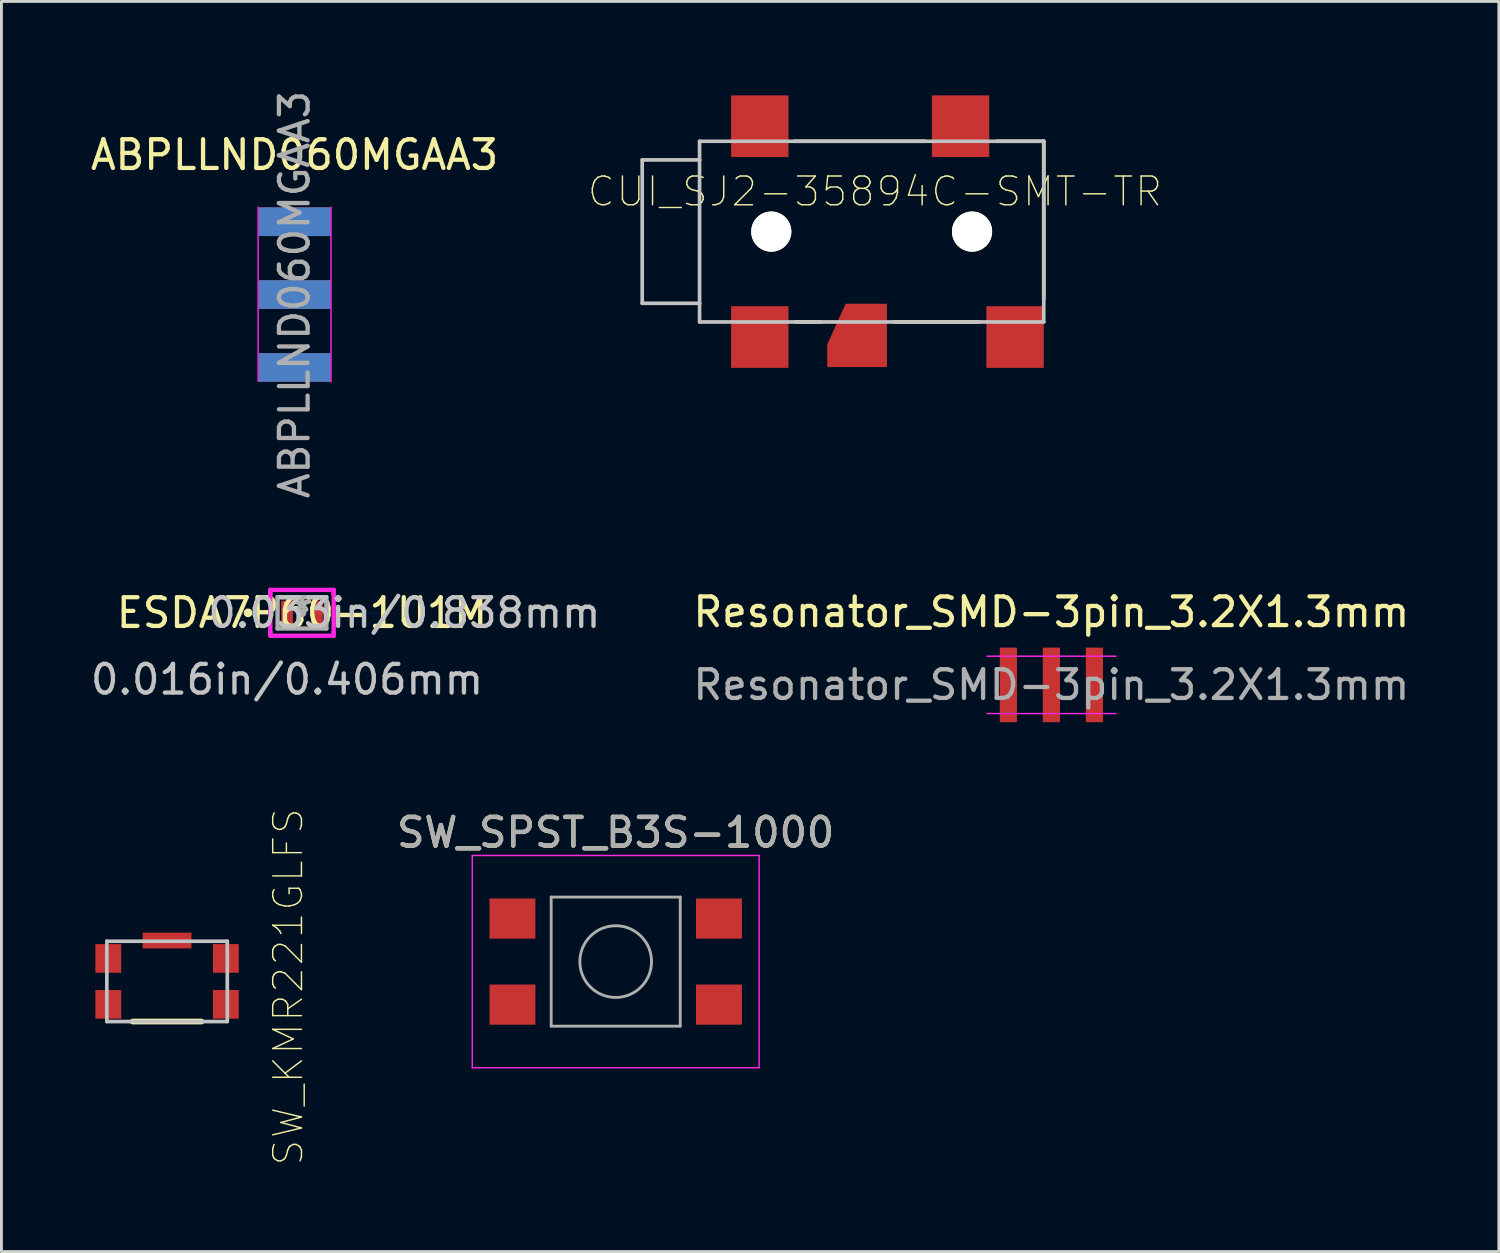
<source format=kicad_pcb>
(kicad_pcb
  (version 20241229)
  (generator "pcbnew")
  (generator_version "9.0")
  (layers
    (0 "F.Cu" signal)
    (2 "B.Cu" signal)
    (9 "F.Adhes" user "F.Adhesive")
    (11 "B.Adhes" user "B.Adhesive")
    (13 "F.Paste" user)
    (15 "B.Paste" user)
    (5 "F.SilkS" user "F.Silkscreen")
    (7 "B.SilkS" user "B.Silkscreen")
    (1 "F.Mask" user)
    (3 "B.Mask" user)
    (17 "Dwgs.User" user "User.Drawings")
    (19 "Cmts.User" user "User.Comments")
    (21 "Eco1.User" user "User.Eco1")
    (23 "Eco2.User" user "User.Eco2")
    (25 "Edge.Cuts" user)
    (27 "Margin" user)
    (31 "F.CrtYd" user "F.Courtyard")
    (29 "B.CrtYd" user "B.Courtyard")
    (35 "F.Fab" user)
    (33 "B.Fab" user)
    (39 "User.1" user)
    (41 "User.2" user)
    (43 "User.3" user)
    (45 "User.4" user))
  (footprint "SW_SPST_B3S-1000"
    (layer "F.Cu")
    (at 18.417 30.477)
    (property "Reference" "SW_SPST_B3S-1000" (at 0 -4.5 0) (layer "F.SilkS") (effects (font (size 1 1) (thickness 0.15))))
    (attr smd)
    (fp_line (start -5 -3.7) (end -5 3.7) (stroke (width 0.05) (type solid)) (layer "F.CrtYd"))
    (fp_line (start -5 3.7) (end 5 3.7) (stroke (width 0.05) (type solid)) (layer "F.CrtYd"))
    (fp_line (start 5 -3.7) (end -5 -3.7) (stroke (width 0.05) (type solid)) (layer "F.CrtYd"))
    (fp_line (start 5 3.7) (end 5 -3.7) (stroke (width 0.05) (type solid)) (layer "F.CrtYd"))
    (fp_line (start -2.25 -2.25) (end 2.25 -2.25) (stroke (width 0.1) (type solid)) (layer "F.Fab"))
    (fp_line (start -2.25 2.25) (end -2.25 -2.25) (stroke (width 0.1) (type solid)) (layer "F.Fab"))
    (fp_line (start 2.25 -2.25) (end 2.25 2.25) (stroke (width 0.1) (type solid)) (layer "F.Fab"))
    (fp_line (start 2.25 2.25) (end -2.25 2.25) (stroke (width 0.1) (type solid)) (layer "F.Fab"))
    (fp_circle (center 0 0) (end 1.25 0) (stroke (width 0.1) (type solid)) (fill no) (layer "F.Fab"))
    (fp_text user "${REFERENCE}" (at 0 -4.5 0) (layer "F.Fab") (effects (font (size 1 1) (thickness 0.15))))
    (pad "1" smd rect (at -3.6 -1.5) (size 1.6 1.4) (layers "F.Cu" "F.Mask" "F.Paste"))
    (pad "1" smd rect (at 3.6 -1.5) (size 1.6 1.4) (layers "F.Cu" "F.Mask" "F.Paste"))
    (pad "2" smd rect (at -3.6 1.5) (size 1.6 1.4) (layers "F.Cu" "F.Mask" "F.Paste"))
    (pad "2" smd rect (at 3.6 1.5) (size 1.6 1.4) (layers "F.Cu" "F.Mask" "F.Paste")))
  (footprint "CUI_SJ2-35894C-SMT-TR"
    (layer "F.Cu")
    (at 27.341 5.025)
    (property "Reference" "CUI_SJ2-35894C-SMT-TR" (at 0.114 -1.397 0) (layer "F.SilkS") (effects (font (size 1.002 1.002) (thickness 0.05))))
    (attr smd)
    (fp_line (start -2.7 -3.15) (end 1.85 -3.15) (stroke (width 0.127) (type solid)) (layer "F.SilkS"))
    (fp_line (start -2.65 3.15) (end -1.75 3.15) (stroke (width 0.127) (type solid)) (layer "F.SilkS"))
    (fp_line (start 3.75 3.15) (end 0.8 3.15) (stroke (width 0.127) (type solid)) (layer "F.SilkS"))
    (fp_line (start 4.35 -3.15) (end 6 -3.15) (stroke (width 0.127) (type solid)) (layer "F.SilkS"))
    (fp_line (start 6 -3.15) (end 6 2.35) (stroke (width 0.127) (type solid)) (layer "F.SilkS"))
    (fp_line (start -8 -2.5) (end -8 2.5) (stroke (width 0.127) (type solid)) (layer "Dwgs.User"))
    (fp_line (start -8 2.5) (end -6 2.5) (stroke (width 0.127) (type solid)) (layer "Dwgs.User"))
    (fp_line (start -6 -3.15) (end 6 -3.15) (stroke (width 0.127) (type solid)) (layer "Dwgs.User"))
    (fp_line (start -6 -2.5) (end -8 -2.5) (stroke (width 0.127) (type solid)) (layer "Dwgs.User"))
    (fp_line (start -6 -2.5) (end -6 -3.15) (stroke (width 0.127) (type solid)) (layer "Dwgs.User"))
    (fp_line (start -6 2.5) (end -6 -2.5) (stroke (width 0.127) (type solid)) (layer "Dwgs.User"))
    (fp_line (start -6 3.15) (end -6 2.5) (stroke (width 0.127) (type solid)) (layer "Dwgs.User"))
    (fp_line (start 6 -3.15) (end 6 3.15) (stroke (width 0.127) (type solid)) (layer "Dwgs.User"))
    (fp_line (start 6 3.15) (end -6 3.15) (stroke (width 0.127) (type solid)) (layer "Dwgs.User"))
    (fp_line (start -8.25 -5) (end -8.25 5) (stroke (width 0.05) (type solid)) (layer "Eco1.User"))
    (fp_line (start -8.25 5) (end 6.25 5) (stroke (width 0.05) (type solid)) (layer "Eco1.User"))
    (fp_line (start 6.25 -5) (end -8.25 -5) (stroke (width 0.05) (type solid)) (layer "Eco1.User"))
    (fp_line (start 6.25 5) (end 6.25 -5) (stroke (width 0.05) (type solid)) (layer "Eco1.User"))
    (pad "" np_thru_hole circle (at -3.5 0) (size 1.4 1.4) (drill 1.4) (layers "*.Cu" "*.Mask" "F.SilkS"))
    (pad "" np_thru_hole circle (at 3.5 0) (size 1.4 1.4) (drill 1.4) (layers "*.Cu" "*.Mask" "F.SilkS"))
    (pad "1" smd rect (at -3.9 3.675) (size 2 2.15) (layers "F.Cu" "F.Mask" "F.Paste"))
    (pad "2" smd rect (at 3.1 -3.675) (size 2 2.15) (layers "F.Cu" "F.Mask" "F.Paste"))
    (pad "3" smd custom (at -0.381 3.683) (size 1 1) (layers "F.Cu" "F.Mask" "F.Paste") (options (anchor rect)) (primitives (gr_poly (pts (xy 0.889 -1.143) (xy 0.889 1.016) (xy -1.143 1.016) (xy -1.143 0.254) (xy -0.508 -1.143)) (width 0.05) (fill yes))))
    (pad "4" smd rect (at -3.9 -3.675) (size 2 2.15) (layers "F.Cu" "F.Mask" "F.Paste"))
    (pad "11" smd rect (at 5 3.675) (size 2 2.15) (layers "F.Cu" "F.Mask" "F.Paste")))
  (footprint "SW_KMR221GLFS"
    (layer "F.Cu")
    (at 2.775 31.167)
    (property "Reference" "SW_KMR221GLFS" (at 4.224 0.191 90) (layer "F.SilkS") (effects (font (size 1.003 1.003) (thickness 0.05))))
    (attr smd)
    (fp_line (start -1.2 1.4) (end 1.2 1.4) (stroke (width 0.2) (type solid)) (layer "F.SilkS"))
    (fp_line (start -2.1 -1.4) (end 2.1 -1.4) (stroke (width 0.127) (type solid)) (layer "Dwgs.User"))
    (fp_line (start -2.1 1.4) (end -2.1 -1.4) (stroke (width 0.127) (type solid)) (layer "Dwgs.User"))
    (fp_line (start 2.1 -1.4) (end 2.1 1.4) (stroke (width 0.127) (type solid)) (layer "Dwgs.User"))
    (fp_line (start 2.1 1.4) (end -2.1 1.4) (stroke (width 0.127) (type solid)) (layer "Dwgs.User"))
    (fp_line (start -2.75 -1.95) (end 2.75 -1.95) (stroke (width 0.05) (type solid)) (layer "Eco1.User"))
    (fp_line (start -2.75 1.65) (end -2.75 -1.95) (stroke (width 0.05) (type solid)) (layer "Eco1.User"))
    (fp_line (start 2.75 -1.95) (end 2.75 1.65) (stroke (width 0.05) (type solid)) (layer "Eco1.User"))
    (fp_line (start 2.75 1.65) (end -2.75 1.65) (stroke (width 0.05) (type solid)) (layer "Eco1.User"))
    (pad "1" smd rect (at -2.05 0.8) (size 0.9 1) (layers "F.Cu" "F.Mask" "F.Paste"))
    (pad "2" smd rect (at -2.05 -0.8) (size 0.9 1) (layers "F.Cu" "F.Mask" "F.Paste"))
    (pad "2" smd rect (at 0 -1.425) (size 1.7 0.55) (layers "F.Cu" "F.Mask" "F.Paste"))
    (pad "3" smd rect (at 2.05 0.8) (size 0.9 1) (layers "F.Cu" "F.Mask" "F.Paste"))
    (pad "4" smd rect (at 2.05 -0.8) (size 0.9 1) (layers "F.Cu" "F.Mask" "F.Paste")))
  (footprint "ESDA7P60-1U1M"
    (layer "F.Cu")
    (at 7.479 18.317)
    (property "Reference" "ESDA7P60-1U1M" (at 0 0 0) (layer "F.SilkS") (effects (font (size 1 1) (thickness 0.15))))
    (attr through_hole)
    (fp_circle (center -1.88 0) (end -1.803 0) (stroke (width 0.152) (type solid)) (fill no) (layer "F.SilkS"))
    (fp_line (start -1.105 -0.8) (end 1.105 -0.8) (stroke (width 0.152) (type solid)) (layer "F.CrtYd"))
    (fp_line (start -1.105 -0.673) (end -1.105 -0.8) (stroke (width 0.152) (type solid)) (layer "F.CrtYd"))
    (fp_line (start -1.105 -0.673) (end -1.105 -0.673) (stroke (width 0.152) (type solid)) (layer "F.CrtYd"))
    (fp_line (start -1.105 0.673) (end -1.105 -0.673) (stroke (width 0.152) (type solid)) (layer "F.CrtYd"))
    (fp_line (start -1.105 0.673) (end -1.105 0.673) (stroke (width 0.152) (type solid)) (layer "F.CrtYd"))
    (fp_line (start -1.105 0.8) (end -1.105 0.673) (stroke (width 0.152) (type solid)) (layer "F.CrtYd"))
    (fp_line (start 1.105 -0.8) (end 1.105 -0.673) (stroke (width 0.152) (type solid)) (layer "F.CrtYd"))
    (fp_line (start 1.105 -0.673) (end 1.105 -0.673) (stroke (width 0.152) (type solid)) (layer "F.CrtYd"))
    (fp_line (start 1.105 -0.673) (end 1.105 0.673) (stroke (width 0.152) (type solid)) (layer "F.CrtYd"))
    (fp_line (start 1.105 0.673) (end 1.105 0.673) (stroke (width 0.152) (type solid)) (layer "F.CrtYd"))
    (fp_line (start 1.105 0.673) (end 1.105 0.8) (stroke (width 0.152) (type solid)) (layer "F.CrtYd"))
    (fp_line (start 1.105 0.8) (end -1.105 0.8) (stroke (width 0.152) (type solid)) (layer "F.CrtYd"))
    (fp_line (start -0.851 -0.546) (end -0.851 0.546) (stroke (width 0.152) (type solid)) (layer "F.Fab"))
    (fp_line (start -0.851 0.546) (end 0.851 0.546) (stroke (width 0.152) (type solid)) (layer "F.Fab"))
    (fp_line (start 0.851 -0.546) (end -0.851 -0.546) (stroke (width 0.152) (type solid)) (layer "F.Fab"))
    (fp_line (start 0.851 0.546) (end 0.851 -0.546) (stroke (width 0.152) (type solid)) (layer "F.Fab"))
    (fp_circle (center 0 0) (end 0.076 0) (stroke (width 0.152) (type solid)) (fill no) (layer "F.Fab"))
    (fp_text user "*" (at 0 0 0) (layer "F.SilkS") (effects (font (size 1 1) (thickness 0.15))))
    (fp_text user "0.016in/0.406mm" (at -0.521 2.324 0) (layer "Dwgs.User") (effects (font (size 1 1) (thickness 0.15))))
    (fp_text user "0.033in/0.838mm" (at 3.569 0 0) (layer "Dwgs.User") (effects (font (size 1 1) (thickness 0.15))))
    (fp_text user "Copyright 2016 Accelerated Designs. All rights reserved." (at 0 0 0) (layer "Cmts.User") (effects (font (size 0.127 0.127) (thickness 0.002))))
    (fp_text user "*" (at 0 0 0) (layer "F.Fab") (effects (font (size 1 1) (thickness 0.15))))
    (pad "1" smd rect (at -0.521 0) (size 0.406 0.838) (layers "F.Cu" "F.Mask" "F.Paste"))
    (pad "2" smd rect (at 0.521 0) (size 0.406 0.838) (layers "F.Cu" "F.Mask" "F.Paste")))
  (footprint "Resonator_SMD-3pin_3.2X1.3mm"
    (layer "F.Cu")
    (at 33.607 20.829)
    (property "Reference" "Resonator_SMD-3pin_3.2X1.3mm" (at 0 -2.54 0) (layer "F.SilkS") (effects (font (size 1 1) (thickness 0.15))))
    (attr smd)
    (fp_line (start -2.25 1) (end 2.25 1) (stroke (width 0.05) (type solid)) (layer "F.CrtYd"))
    (fp_line (start 2.25 -1) (end -2.25 -1) (stroke (width 0.05) (type solid)) (layer "F.CrtYd"))
    (fp_text user "${REFERENCE}" (at 0 0 0) (layer "F.Fab") (effects (font (size 1 1) (thickness 0.15))))
    (pad "1" smd rect (at -1.5 0) (size 0.6 2.6) (layers "F.Cu" "F.Mask" "F.Paste"))
    (pad "2" smd rect (at 0 0) (size 0.6 2.6) (layers "F.Cu" "F.Mask" "F.Paste"))
    (pad "3" smd rect (at 1.5 0) (size 0.6 2.6) (layers "F.Cu" "F.Mask" "F.Paste")))
  (footprint "ABPLLND060MGAA3"
    (layer "F.Cu")
    (at 7.22 7.22)
    (property "Reference" "ABPLLND060MGAA3" (at 0 -4.87 0) (layer "F.SilkS") (effects (font (size 1 1) (thickness 0.15))))
    (attr smd)
    (fp_line (start -1.27 -3.048) (end -1.27 3.023) (stroke (width 0.05) (type solid)) (layer "F.CrtYd"))
    (fp_line (start 1.27 3.048) (end 1.27 -3.048) (stroke (width 0.05) (type solid)) (layer "F.CrtYd"))
    (fp_text user "${REFERENCE}" (at 0 0 90) (layer "F.Fab") (effects (font (size 1 1) (thickness 0.15))))
    (pad "1" smd rect (at 0 -2.54) (size 2.51 1) (layers "F.Cu" "F.Mask" "F.Paste"))
    (pad "2" smd rect (at 0 0) (size 2.51 1) (layers "F.Cu" "F.Mask" "F.Paste"))
    (pad "3" smd rect (at 0 2.54) (size 2.51 1) (layers "F.Cu" "F.Mask" "F.Paste"))
    (pad "4" smd rect (at 0 2.54) (size 2.51 1) (layers "B.Cu" "B.Mask" "B.Paste"))
    (pad "5" smd rect (at 0 0) (size 2.51 1) (layers "B.Cu" "B.Mask" "B.Paste"))
    (pad "6" smd rect (at 0 -2.54) (size 2.51 1) (layers "B.Cu" "B.Mask" "B.Paste")))
  (gr_rect
    (start -3 -3)
    (end 49.208 40.587)
    (stroke (width 0.1) (type default))
    (fill no)
    (layer "Edge.Cuts")))
</source>
